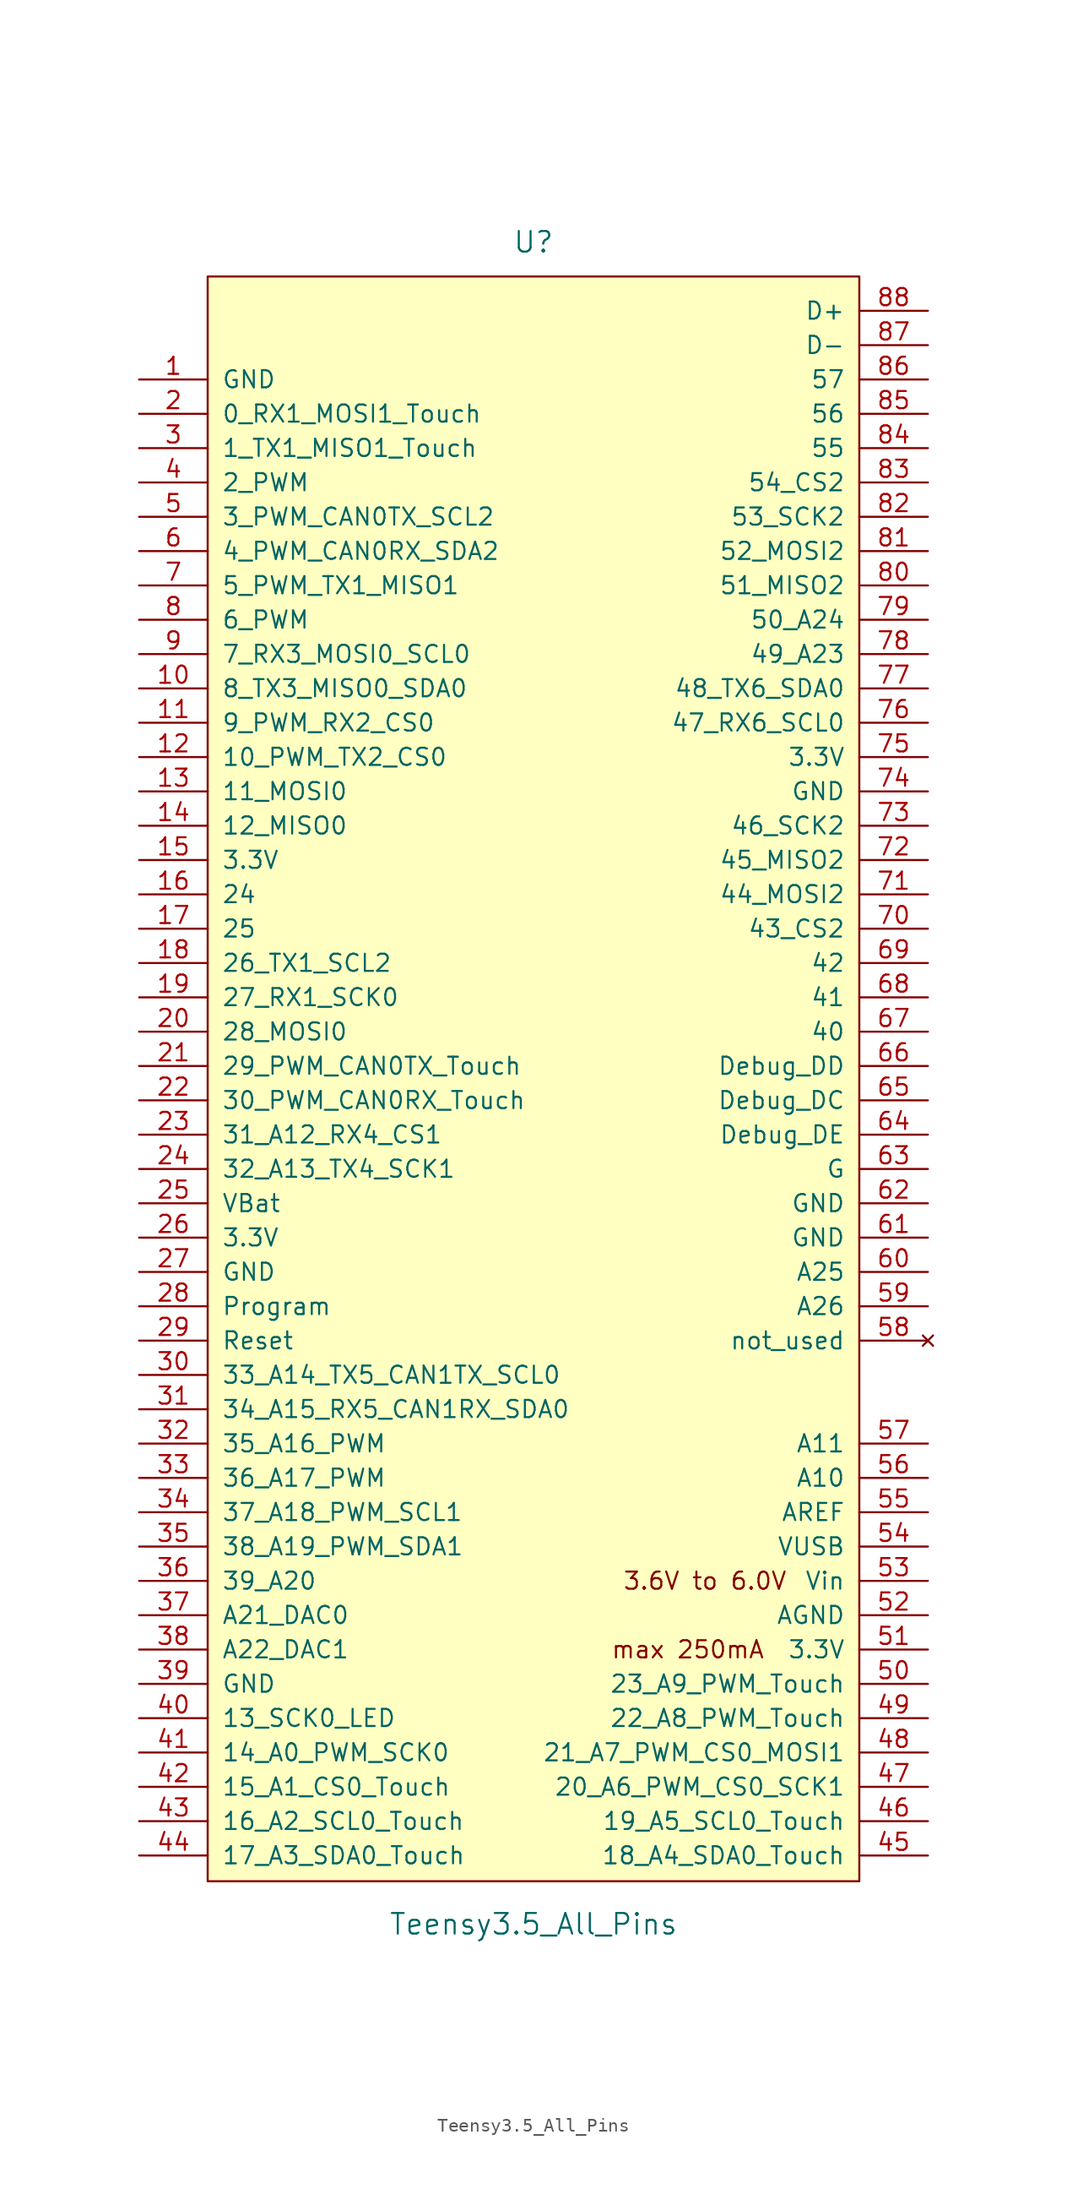
<source format=kicad_sym>
(kicad_symbol_lib
  (version 20211014)
  (generator kicad_symbol_editor)
  (symbol "Teensy3.5_All_Pins"
    (pin_names
      (offset 1.016))
    (property "Reference" "U"
      (at 0 64.77 0)
      (effects (font (size 1.524 1.524))))
    (property "Value" "Teensy3.5_All_Pins"
      (at 0 -59.69 0)
      (effects (font (size 1.524 1.524))))
    (property "Footprint" ""
      (at -2.54 62.23 0)
      (effects (font (size 1.524 1.524))))
    (symbol "Teensy3.5_All_Pins_0_0"
      (text "3.6V to 6.0V" (at 12.7 -34.29 0) (effects (font (size 1.27 1.27))))
      (text "max 250mA" (at 11.43 -39.37 0) (effects (font (size 1.27 1.27)))))
    (symbol "Teensy3.5_All_Pins_0_1"
      (rectangle (start -24.13 62.23) (end 24.13 -56.515) (stroke (width 0) (type default) (color 0 0 0 0)) (fill (type background))))
    (symbol "Teensy3.5_All_Pins_1_1"
      (pin power_in line (at -29.21 54.61 0) (length 5.08) (name "GND" (effects (font (size 1.27 1.27)))) (number "1" (effects (font (size 1.27 1.27)))))
      (pin bidirectional line (at -29.21 31.75 0) (length 5.08) (name "8_TX3_MISO0_SDA0" (effects (font (size 1.27 1.27)))) (number "10" (effects (font (size 1.27 1.27)))))
      (pin bidirectional line (at -29.21 29.21 0) (length 5.08) (name "9_PWM_RX2_CS0" (effects (font (size 1.27 1.27)))) (number "11" (effects (font (size 1.27 1.27)))))
      (pin bidirectional line (at -29.21 26.67 0) (length 5.08) (name "10_PWM_TX2_CS0" (effects (font (size 1.27 1.27)))) (number "12" (effects (font (size 1.27 1.27)))))
      (pin bidirectional line (at -29.21 24.13 0) (length 5.08) (name "11_MOSI0" (effects (font (size 1.27 1.27)))) (number "13" (effects (font (size 1.27 1.27)))))
      (pin bidirectional line (at -29.21 21.59 0) (length 5.08) (name "12_MISO0" (effects (font (size 1.27 1.27)))) (number "14" (effects (font (size 1.27 1.27)))))
      (pin power_out line (at -29.21 19.05 0) (length 5.08) (name "3.3V" (effects (font (size 1.27 1.27)))) (number "15" (effects (font (size 1.27 1.27)))))
      (pin bidirectional line (at -29.21 16.51 0) (length 5.08) (name "24" (effects (font (size 1.27 1.27)))) (number "16" (effects (font (size 1.27 1.27)))))
      (pin bidirectional line (at -29.21 13.97 0) (length 5.08) (name "25" (effects (font (size 1.27 1.27)))) (number "17" (effects (font (size 1.27 1.27)))))
      (pin bidirectional line (at -29.21 11.43 0) (length 5.08) (name "26_TX1_SCL2" (effects (font (size 1.27 1.27)))) (number "18" (effects (font (size 1.27 1.27)))))
      (pin bidirectional line (at -29.21 8.89 0) (length 5.08) (name "27_RX1_SCK0" (effects (font (size 1.27 1.27)))) (number "19" (effects (font (size 1.27 1.27)))))
      (pin bidirectional line (at -29.21 52.07 0) (length 5.08) (name "0_RX1_MOSI1_Touch" (effects (font (size 1.27 1.27)))) (number "2" (effects (font (size 1.27 1.27)))))
      (pin bidirectional line (at -29.21 6.35 0) (length 5.08) (name "28_MOSI0" (effects (font (size 1.27 1.27)))) (number "20" (effects (font (size 1.27 1.27)))))
      (pin bidirectional line (at -29.21 3.81 0) (length 5.08) (name "29_PWM_CAN0TX_Touch" (effects (font (size 1.27 1.27)))) (number "21" (effects (font (size 1.27 1.27)))))
      (pin bidirectional line (at -29.21 1.27 0) (length 5.08) (name "30_PWM_CAN0RX_Touch" (effects (font (size 1.27 1.27)))) (number "22" (effects (font (size 1.27 1.27)))))
      (pin bidirectional line (at -29.21 -1.27 0) (length 5.08) (name "31_A12_RX4_CS1" (effects (font (size 1.27 1.27)))) (number "23" (effects (font (size 1.27 1.27)))))
      (pin bidirectional line (at -29.21 -3.81 0) (length 5.08) (name "32_A13_TX4_SCK1" (effects (font (size 1.27 1.27)))) (number "24" (effects (font (size 1.27 1.27)))))
      (pin power_in line (at -29.21 -6.35 0) (length 5.08) (name "VBat" (effects (font (size 1.27 1.27)))) (number "25" (effects (font (size 1.27 1.27)))))
      (pin power_in line (at -29.21 -8.89 0) (length 5.08) (name "3.3V" (effects (font (size 1.27 1.27)))) (number "26" (effects (font (size 1.27 1.27)))))
      (pin power_in line (at -29.21 -11.43 0) (length 5.08) (name "GND" (effects (font (size 1.27 1.27)))) (number "27" (effects (font (size 1.27 1.27)))))
      (pin input line (at -29.21 -13.97 0) (length 5.08) (name "Program" (effects (font (size 1.27 1.27)))) (number "28" (effects (font (size 1.27 1.27)))))
      (pin input line (at -29.21 -16.51 0) (length 5.08) (name "Reset" (effects (font (size 1.27 1.27)))) (number "29" (effects (font (size 1.27 1.27)))))
      (pin bidirectional line (at -29.21 49.53 0) (length 5.08) (name "1_TX1_MISO1_Touch" (effects (font (size 1.27 1.27)))) (number "3" (effects (font (size 1.27 1.27)))))
      (pin bidirectional line (at -29.21 -19.05 0) (length 5.08) (name "33_A14_TX5_CAN1TX_SCL0" (effects (font (size 1.27 1.27)))) (number "30" (effects (font (size 1.27 1.27)))))
      (pin bidirectional line (at -29.21 -21.59 0) (length 5.08) (name "34_A15_RX5_CAN1RX_SDA0" (effects (font (size 1.27 1.27)))) (number "31" (effects (font (size 1.27 1.27)))))
      (pin bidirectional line (at -29.21 -24.13 0) (length 5.08) (name "35_A16_PWM" (effects (font (size 1.27 1.27)))) (number "32" (effects (font (size 1.27 1.27)))))
      (pin bidirectional line (at -29.21 -26.67 0) (length 5.08) (name "36_A17_PWM" (effects (font (size 1.27 1.27)))) (number "33" (effects (font (size 1.27 1.27)))))
      (pin bidirectional line (at -29.21 -29.21 0) (length 5.08) (name "37_A18_PWM_SCL1" (effects (font (size 1.27 1.27)))) (number "34" (effects (font (size 1.27 1.27)))))
      (pin bidirectional line (at -29.21 -31.75 0) (length 5.08) (name "38_A19_PWM_SDA1" (effects (font (size 1.27 1.27)))) (number "35" (effects (font (size 1.27 1.27)))))
      (pin bidirectional line (at -29.21 -34.29 0) (length 5.08) (name "39_A20" (effects (font (size 1.27 1.27)))) (number "36" (effects (font (size 1.27 1.27)))))
      (pin bidirectional line (at -29.21 -36.83 0) (length 5.08) (name "A21_DAC0" (effects (font (size 1.27 1.27)))) (number "37" (effects (font (size 1.27 1.27)))))
      (pin bidirectional line (at -29.21 -39.37 0) (length 5.08) (name "A22_DAC1" (effects (font (size 1.27 1.27)))) (number "38" (effects (font (size 1.27 1.27)))))
      (pin power_in line (at -29.21 -41.91 0) (length 5.08) (name "GND" (effects (font (size 1.27 1.27)))) (number "39" (effects (font (size 1.27 1.27)))))
      (pin bidirectional line (at -29.21 46.99 0) (length 5.08) (name "2_PWM" (effects (font (size 1.27 1.27)))) (number "4" (effects (font (size 1.27 1.27)))))
      (pin bidirectional line (at -29.21 -44.45 0) (length 5.08) (name "13_SCK0_LED" (effects (font (size 1.27 1.27)))) (number "40" (effects (font (size 1.27 1.27)))))
      (pin bidirectional line (at -29.21 -46.99 0) (length 5.08) (name "14_A0_PWM_SCK0" (effects (font (size 1.27 1.27)))) (number "41" (effects (font (size 1.27 1.27)))))
      (pin bidirectional line (at -29.21 -49.53 0) (length 5.08) (name "15_A1_CS0_Touch" (effects (font (size 1.27 1.27)))) (number "42" (effects (font (size 1.27 1.27)))))
      (pin bidirectional line (at -29.21 -52.07 0) (length 5.08) (name "16_A2_SCL0_Touch" (effects (font (size 1.27 1.27)))) (number "43" (effects (font (size 1.27 1.27)))))
      (pin bidirectional line (at -29.21 -54.61 0) (length 5.08) (name "17_A3_SDA0_Touch" (effects (font (size 1.27 1.27)))) (number "44" (effects (font (size 1.27 1.27)))))
      (pin bidirectional line (at 29.21 -54.61 180) (length 5.08) (name "18_A4_SDA0_Touch" (effects (font (size 1.27 1.27)))) (number "45" (effects (font (size 1.27 1.27)))))
      (pin bidirectional line (at 29.21 -52.07 180) (length 5.08) (name "19_A5_SCL0_Touch" (effects (font (size 1.27 1.27)))) (number "46" (effects (font (size 1.27 1.27)))))
      (pin bidirectional line (at 29.21 -49.53 180) (length 5.08) (name "20_A6_PWM_CS0_SCK1" (effects (font (size 1.27 1.27)))) (number "47" (effects (font (size 1.27 1.27)))))
      (pin bidirectional line (at 29.21 -46.99 180) (length 5.08) (name "21_A7_PWM_CS0_MOSI1" (effects (font (size 1.27 1.27)))) (number "48" (effects (font (size 1.27 1.27)))))
      (pin bidirectional line (at 29.21 -44.45 180) (length 5.08) (name "22_A8_PWM_Touch" (effects (font (size 1.27 1.27)))) (number "49" (effects (font (size 1.27 1.27)))))
      (pin bidirectional line (at -29.21 44.45 0) (length 5.08) (name "3_PWM_CAN0TX_SCL2" (effects (font (size 1.27 1.27)))) (number "5" (effects (font (size 1.27 1.27)))))
      (pin bidirectional line (at 29.21 -41.91 180) (length 5.08) (name "23_A9_PWM_Touch" (effects (font (size 1.27 1.27)))) (number "50" (effects (font (size 1.27 1.27)))))
      (pin power_out line (at 29.21 -39.37 180) (length 5.08) (name "3.3V" (effects (font (size 1.27 1.27)))) (number "51" (effects (font (size 1.27 1.27)))))
      (pin power_out line (at 29.21 -36.83 180) (length 5.08) (name "AGND" (effects (font (size 1.27 1.27)))) (number "52" (effects (font (size 1.27 1.27)))))
      (pin power_in line (at 29.21 -34.29 180) (length 5.08) (name "Vin" (effects (font (size 1.27 1.27)))) (number "53" (effects (font (size 1.27 1.27)))))
      (pin power_in line (at 29.21 -31.75 180) (length 5.08) (name "VUSB" (effects (font (size 1.27 1.27)))) (number "54" (effects (font (size 1.27 1.27)))))
      (pin input line (at 29.21 -29.21 180) (length 5.08) (name "AREF" (effects (font (size 1.27 1.27)))) (number "55" (effects (font (size 1.27 1.27)))))
      (pin bidirectional line (at 29.21 -26.67 180) (length 5.08) (name "A10" (effects (font (size 1.27 1.27)))) (number "56" (effects (font (size 1.27 1.27)))))
      (pin bidirectional line (at 29.21 -24.13 180) (length 5.08) (name "A11" (effects (font (size 1.27 1.27)))) (number "57" (effects (font (size 1.27 1.27)))))
      (pin no_connect line (at 29.21 -16.51 180) (length 5.08) (name "not_used" (effects (font (size 1.27 1.27)))) (number "58" (effects (font (size 1.27 1.27)))))
      (pin bidirectional line (at 29.21 -13.97 180) (length 5.08) (name "A26" (effects (font (size 1.27 1.27)))) (number "59" (effects (font (size 1.27 1.27)))))
      (pin bidirectional line (at -29.21 41.91 0) (length 5.08) (name "4_PWM_CAN0RX_SDA2" (effects (font (size 1.27 1.27)))) (number "6" (effects (font (size 1.27 1.27)))))
      (pin bidirectional line (at 29.21 -11.43 180) (length 5.08) (name "A25" (effects (font (size 1.27 1.27)))) (number "60" (effects (font (size 1.27 1.27)))))
      (pin power_in line (at 29.21 -8.89 180) (length 5.08) (name "GND" (effects (font (size 1.27 1.27)))) (number "61" (effects (font (size 1.27 1.27)))))
      (pin power_in line (at 29.21 -6.35 180) (length 5.08) (name "GND" (effects (font (size 1.27 1.27)))) (number "62" (effects (font (size 1.27 1.27)))))
      (pin power_in line (at 29.21 -3.81 180) (length 5.08) (name "G" (effects (font (size 1.27 1.27)))) (number "63" (effects (font (size 1.27 1.27)))))
      (pin input line (at 29.21 -1.27 180) (length 5.08) (name "Debug_DE" (effects (font (size 1.27 1.27)))) (number "64" (effects (font (size 1.27 1.27)))))
      (pin input line (at 29.21 1.27 180) (length 5.08) (name "Debug_DC" (effects (font (size 1.27 1.27)))) (number "65" (effects (font (size 1.27 1.27)))))
      (pin input line (at 29.21 3.81 180) (length 5.08) (name "Debug_DD" (effects (font (size 1.27 1.27)))) (number "66" (effects (font (size 1.27 1.27)))))
      (pin bidirectional line (at 29.21 6.35 180) (length 5.08) (name "40" (effects (font (size 1.27 1.27)))) (number "67" (effects (font (size 1.27 1.27)))))
      (pin bidirectional line (at 29.21 8.89 180) (length 5.08) (name "41" (effects (font (size 1.27 1.27)))) (number "68" (effects (font (size 1.27 1.27)))))
      (pin bidirectional line (at 29.21 11.43 180) (length 5.08) (name "42" (effects (font (size 1.27 1.27)))) (number "69" (effects (font (size 1.27 1.27)))))
      (pin bidirectional line (at -29.21 39.37 0) (length 5.08) (name "5_PWM_TX1_MISO1" (effects (font (size 1.27 1.27)))) (number "7" (effects (font (size 1.27 1.27)))))
      (pin bidirectional line (at 29.21 13.97 180) (length 5.08) (name "43_CS2" (effects (font (size 1.27 1.27)))) (number "70" (effects (font (size 1.27 1.27)))))
      (pin bidirectional line (at 29.21 16.51 180) (length 5.08) (name "44_MOSI2" (effects (font (size 1.27 1.27)))) (number "71" (effects (font (size 1.27 1.27)))))
      (pin bidirectional line (at 29.21 19.05 180) (length 5.08) (name "45_MISO2" (effects (font (size 1.27 1.27)))) (number "72" (effects (font (size 1.27 1.27)))))
      (pin bidirectional line (at 29.21 21.59 180) (length 5.08) (name "46_SCK2" (effects (font (size 1.27 1.27)))) (number "73" (effects (font (size 1.27 1.27)))))
      (pin power_in line (at 29.21 24.13 180) (length 5.08) (name "GND" (effects (font (size 1.27 1.27)))) (number "74" (effects (font (size 1.27 1.27)))))
      (pin power_in line (at 29.21 26.67 180) (length 5.08) (name "3.3V" (effects (font (size 1.27 1.27)))) (number "75" (effects (font (size 1.27 1.27)))))
      (pin bidirectional line (at 29.21 29.21 180) (length 5.08) (name "47_RX6_SCL0" (effects (font (size 1.27 1.27)))) (number "76" (effects (font (size 1.27 1.27)))))
      (pin bidirectional line (at 29.21 31.75 180) (length 5.08) (name "48_TX6_SDA0" (effects (font (size 1.27 1.27)))) (number "77" (effects (font (size 1.27 1.27)))))
      (pin bidirectional line (at 29.21 34.29 180) (length 5.08) (name "49_A23" (effects (font (size 1.27 1.27)))) (number "78" (effects (font (size 1.27 1.27)))))
      (pin bidirectional line (at 29.21 36.83 180) (length 5.08) (name "50_A24" (effects (font (size 1.27 1.27)))) (number "79" (effects (font (size 1.27 1.27)))))
      (pin bidirectional line (at -29.21 36.83 0) (length 5.08) (name "6_PWM" (effects (font (size 1.27 1.27)))) (number "8" (effects (font (size 1.27 1.27)))))
      (pin bidirectional line (at 29.21 39.37 180) (length 5.08) (name "51_MISO2" (effects (font (size 1.27 1.27)))) (number "80" (effects (font (size 1.27 1.27)))))
      (pin bidirectional line (at 29.21 41.91 180) (length 5.08) (name "52_MOSI2" (effects (font (size 1.27 1.27)))) (number "81" (effects (font (size 1.27 1.27)))))
      (pin bidirectional line (at 29.21 44.45 180) (length 5.08) (name "53_SCK2" (effects (font (size 1.27 1.27)))) (number "82" (effects (font (size 1.27 1.27)))))
      (pin bidirectional line (at 29.21 46.99 180) (length 5.08) (name "54_CS2" (effects (font (size 1.27 1.27)))) (number "83" (effects (font (size 1.27 1.27)))))
      (pin bidirectional line (at 29.21 49.53 180) (length 5.08) (name "55" (effects (font (size 1.27 1.27)))) (number "84" (effects (font (size 1.27 1.27)))))
      (pin bidirectional line (at 29.21 52.07 180) (length 5.08) (name "56" (effects (font (size 1.27 1.27)))) (number "85" (effects (font (size 1.27 1.27)))))
      (pin bidirectional line (at 29.21 54.61 180) (length 5.08) (name "57" (effects (font (size 1.27 1.27)))) (number "86" (effects (font (size 1.27 1.27)))))
      (pin input line (at 29.21 57.15 180) (length 5.08) (name "D-" (effects (font (size 1.27 1.27)))) (number "87" (effects (font (size 1.27 1.27)))))
      (pin input line (at 29.21 59.69 180) (length 5.08) (name "D+" (effects (font (size 1.27 1.27)))) (number "88" (effects (font (size 1.27 1.27)))))
      (pin bidirectional line (at -29.21 34.29 0) (length 5.08) (name "7_RX3_MOSI0_SCL0" (effects (font (size 1.27 1.27)))) (number "9" (effects (font (size 1.27 1.27))))))))
</source>
